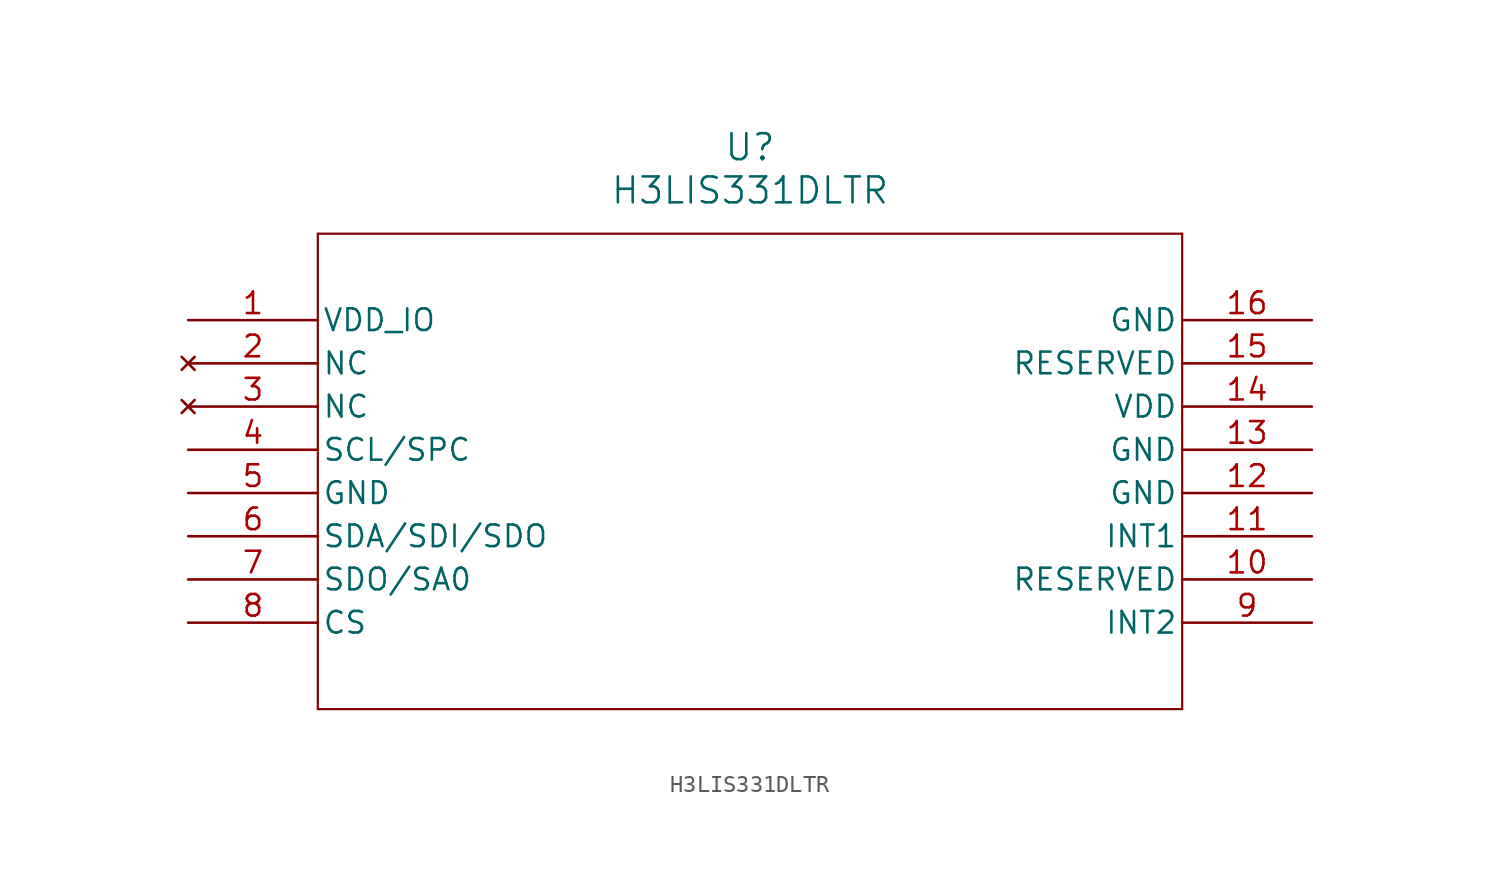
<source format=kicad_sym>
(kicad_symbol_lib
  (version 20211014)
  (generator kicad_symbol_editor)
  (symbol "H3LIS331DLTR"
    (pin_names
      (offset 0.254))
    (property "Reference" "U"
      (at 33.02 10.16 0)
      (effects (font (size 1.524 1.524))))
    (property "Value" "H3LIS331DLTR"
      (at 33.02 7.62 0)
      (effects (font (size 1.524 1.524))))
    (symbol "H3LIS331DLTR_0_1"
      (polyline (pts (xy 7.62 5.08) (xy 7.62 -22.86)) (stroke (width 0.127) (type default) (color 0 0 0 0)) (fill (type none)))
      (polyline (pts (xy 7.62 -22.86) (xy 58.42 -22.86)) (stroke (width 0.127) (type default) (color 0 0 0 0)) (fill (type none)))
      (polyline (pts (xy 58.42 -22.86) (xy 58.42 5.08)) (stroke (width 0.127) (type default) (color 0 0 0 0)) (fill (type none)))
      (polyline (pts (xy 58.42 5.08) (xy 7.62 5.08)) (stroke (width 0.127) (type default) (color 0 0 0 0)) (fill (type none)))
      (pin power_in line (at 0 0 0) (length 7.62) (name "VDD_IO" (effects (font (size 1.27 1.27)))) (number "1" (effects (font (size 1.27 1.27)))))
      (pin no_connect line (at 0 -2.54 0) (length 7.62) (name "NC" (effects (font (size 1.27 1.27)))) (number "2" (effects (font (size 1.27 1.27)))))
      (pin no_connect line (at 0 -5.08 0) (length 7.62) (name "NC" (effects (font (size 1.27 1.27)))) (number "3" (effects (font (size 1.27 1.27)))))
      (pin bidirectional line (at 0 -7.62 0) (length 7.62) (name "SCL/SPC" (effects (font (size 1.27 1.27)))) (number "4" (effects (font (size 1.27 1.27)))))
      (pin power_out line (at 0 -10.16 0) (length 7.62) (name "GND" (effects (font (size 1.27 1.27)))) (number "5" (effects (font (size 1.27 1.27)))))
      (pin bidirectional line (at 0 -12.7 0) (length 7.62) (name "SDA/SDI/SDO" (effects (font (size 1.27 1.27)))) (number "6" (effects (font (size 1.27 1.27)))))
      (pin bidirectional line (at 0 -15.24 0) (length 7.62) (name "SDO/SA0" (effects (font (size 1.27 1.27)))) (number "7" (effects (font (size 1.27 1.27)))))
      (pin input line (at 0 -17.78 0) (length 7.62) (name "CS" (effects (font (size 1.27 1.27)))) (number "8" (effects (font (size 1.27 1.27)))))
      (pin output line (at 66.04 -17.78 180) (length 7.62) (name "INT2" (effects (font (size 1.27 1.27)))) (number "9" (effects (font (size 1.27 1.27)))))
      (pin power_out line (at 66.04 -15.24 180) (length 7.62) (name "RESERVED" (effects (font (size 1.27 1.27)))) (number "10" (effects (font (size 1.27 1.27)))))
      (pin output line (at 66.04 -12.7 180) (length 7.62) (name "INT1" (effects (font (size 1.27 1.27)))) (number "11" (effects (font (size 1.27 1.27)))))
      (pin power_out line (at 66.04 -10.16 180) (length 7.62) (name "GND" (effects (font (size 1.27 1.27)))) (number "12" (effects (font (size 1.27 1.27)))))
      (pin power_out line (at 66.04 -7.62 180) (length 7.62) (name "GND" (effects (font (size 1.27 1.27)))) (number "13" (effects (font (size 1.27 1.27)))))
      (pin power_in line (at 66.04 -5.08 180) (length 7.62) (name "VDD" (effects (font (size 1.27 1.27)))) (number "14" (effects (font (size 1.27 1.27)))))
      (pin power_out line (at 66.04 -2.54 180) (length 7.62) (name "RESERVED" (effects (font (size 1.27 1.27)))) (number "15" (effects (font (size 1.27 1.27)))))
      (pin power_out line (at 66.04 0 180) (length 7.62) (name "GND" (effects (font (size 1.27 1.27)))) (number "16" (effects (font (size 1.27 1.27))))))))
</source>
